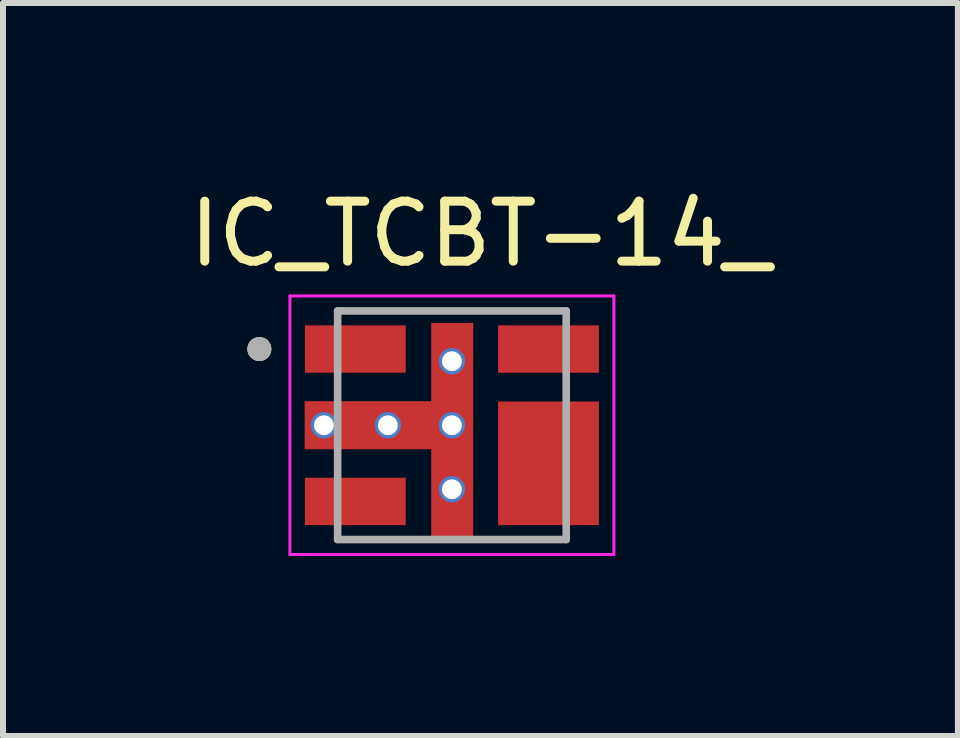
<source format=kicad_pcb>
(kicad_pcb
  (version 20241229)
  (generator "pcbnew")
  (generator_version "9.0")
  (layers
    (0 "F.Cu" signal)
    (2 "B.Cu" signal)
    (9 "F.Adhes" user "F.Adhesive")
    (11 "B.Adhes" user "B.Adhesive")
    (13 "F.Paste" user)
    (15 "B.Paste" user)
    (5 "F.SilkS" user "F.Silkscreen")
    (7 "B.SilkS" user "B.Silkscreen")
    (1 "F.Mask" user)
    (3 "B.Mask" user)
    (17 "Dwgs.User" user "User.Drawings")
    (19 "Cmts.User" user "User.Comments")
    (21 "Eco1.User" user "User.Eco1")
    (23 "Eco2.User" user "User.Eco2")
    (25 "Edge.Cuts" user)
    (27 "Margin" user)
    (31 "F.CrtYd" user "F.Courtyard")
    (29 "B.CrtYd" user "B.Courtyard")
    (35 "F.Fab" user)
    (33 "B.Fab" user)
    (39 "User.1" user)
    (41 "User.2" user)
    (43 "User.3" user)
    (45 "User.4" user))
  (footprint "IC_TCBT-14_"
    (layer "F.Cu")
    (at 4.483 4.038)
    (property "Reference" "IC_TCBT-14_" (at 0.475 -3.19 0) (layer "F.SilkS") (effects (font (size 1 1) (thickness 0.15))))
    (attr smd)
    (fp_poly (pts (xy -2.45 -1.665) (xy -0.77 -1.665) (xy -0.77 -0.875) (xy -2.45 -0.875)) (stroke (width 0.01) (type solid)) (fill yes) (layer "F.Mask"))
    (fp_poly (pts (xy -2.45 0.875) (xy -0.77 0.875) (xy -0.77 1.665) (xy -2.45 1.665)) (stroke (width 0.01) (type solid)) (fill yes) (layer "F.Mask"))
    (fp_poly (pts (xy -1.8 -0.4) (xy 0.35 -0.4) (xy 0.35 0.4) (xy -1.8 0.4)) (stroke (width 0.01) (type solid)) (fill yes) (layer "F.Mask"))
    (fp_poly (pts (xy 0.77 -1.665) (xy 2.45 -1.665) (xy 2.45 -0.875) (xy 0.77 -0.875)) (stroke (width 0.01) (type solid)) (fill yes) (layer "F.Mask"))
    (fp_poly (pts (xy 0.77 0.875) (xy 2.45 0.875) (xy 2.45 1.665) (xy 0.77 1.665)) (stroke (width 0.01) (type solid)) (fill yes) (layer "F.Mask"))
    (fp_circle (center -3.21 -1.27) (end -3.11 -1.27) (stroke (width 0.2) (type solid)) (fill no) (layer "F.SilkS"))
    (fp_poly (pts (xy -0.34 -1.7) (xy 0.35 -1.7) (xy 0.35 1.9) (xy -0.34 1.9) (xy -0.34 0.395) (xy -2.45 0.395) (xy -2.45 -0.395) (xy -0.34 -0.395)) (stroke (width 0.01) (type solid)) (fill yes) (layer "F.Paste"))
    (fp_line (start -2.7 -2.155) (end -2.7 2.155) (stroke (width 0.05) (type solid)) (layer "F.CrtYd"))
    (fp_line (start -2.7 2.155) (end 2.7 2.155) (stroke (width 0.05) (type solid)) (layer "F.CrtYd"))
    (fp_line (start 2.7 -2.155) (end -2.7 -2.155) (stroke (width 0.05) (type solid)) (layer "F.CrtYd"))
    (fp_line (start 2.7 2.155) (end 2.7 -2.155) (stroke (width 0.05) (type solid)) (layer "F.CrtYd"))
    (fp_line (start -1.905 -1.905) (end 1.905 -1.905) (stroke (width 0.127) (type solid)) (layer "F.Fab"))
    (fp_line (start -1.905 1.905) (end -1.905 -1.905) (stroke (width 0.127) (type solid)) (layer "F.Fab"))
    (fp_line (start 1.905 -1.905) (end 1.905 1.905) (stroke (width 0.127) (type solid)) (layer "F.Fab"))
    (fp_line (start 1.905 1.905) (end -1.905 1.905) (stroke (width 0.127) (type solid)) (layer "F.Fab"))
    (fp_circle (center -3.21 -1.27) (end -3.11 -1.27) (stroke (width 0.2) (type solid)) (fill no) (layer "F.Fab"))
    (pad "1" smd rect (at -1.61 -1.27) (size 1.68 0.79) (layers "F.Cu" "F.Paste"))
    (pad "2" smd rect (at -1.61 1.27) (size 1.68 0.79) (layers "F.Cu" "F.Paste"))
    (pad "3" smd rect (at 1.61 0.635) (size 1.68 2.06) (layers "F.Cu" "F.Paste"))
    (pad "4" smd rect (at 1.61 -1.27) (size 1.68 0.79) (layers "F.Cu" "F.Paste"))
    (pad "5" smd custom (at 0 0) (size 0.1 0.1) (layers "F.Cu") (options (anchor rect)) (primitives (gr_poly (pts (xy -0.34 -1.7) (xy 0.35 -1.7) (xy 0.35 1.9) (xy -0.34 1.9) (xy -0.34 0.395) (xy -2.45 0.395) (xy -2.45 -0.395) (xy -0.34 -0.395)) (width 0.01) (fill yes))))
    (pad "6" thru_hole circle (at 0 0) (size 0.44 0.44) (drill 0.33) (layers "*.Cu"))
    (pad "7" thru_hole circle (at 0 -1.067) (size 0.44 0.44) (drill 0.33) (layers "*.Cu"))
    (pad "8" thru_hole circle (at 0 1.067) (size 0.44 0.44) (drill 0.33) (layers "*.Cu"))
    (pad "9" thru_hole circle (at -1.067 0) (size 0.44 0.44) (drill 0.33) (layers "*.Cu"))
    (pad "10" thru_hole circle (at -2.134 0) (size 0.44 0.44) (drill 0.33) (layers "*.Cu")))
  (gr_rect
    (start -3 -3)
    (end 12.917 9.218)
    (stroke (width 0.1) (type default))
    (fill no)
    (layer "Edge.Cuts")))
</source>
